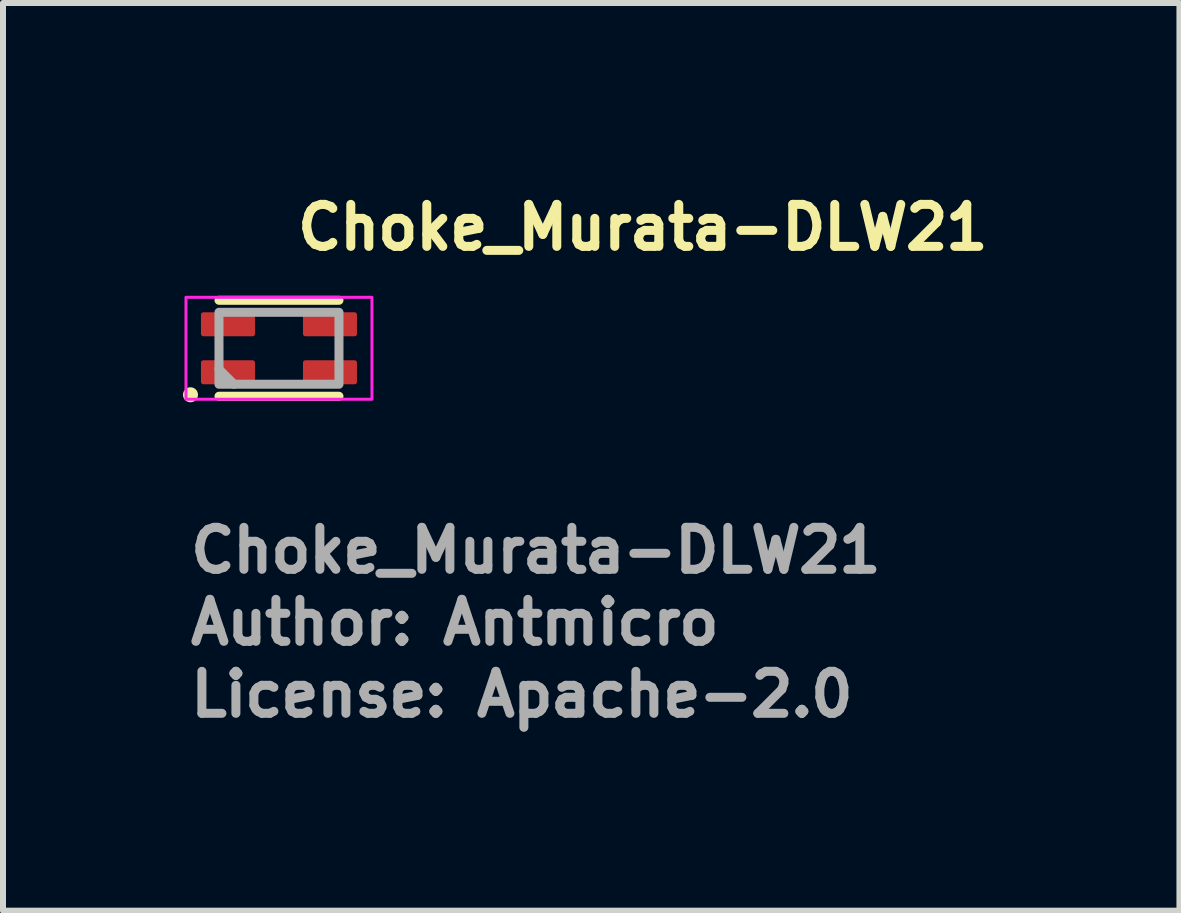
<source format=kicad_pcb>
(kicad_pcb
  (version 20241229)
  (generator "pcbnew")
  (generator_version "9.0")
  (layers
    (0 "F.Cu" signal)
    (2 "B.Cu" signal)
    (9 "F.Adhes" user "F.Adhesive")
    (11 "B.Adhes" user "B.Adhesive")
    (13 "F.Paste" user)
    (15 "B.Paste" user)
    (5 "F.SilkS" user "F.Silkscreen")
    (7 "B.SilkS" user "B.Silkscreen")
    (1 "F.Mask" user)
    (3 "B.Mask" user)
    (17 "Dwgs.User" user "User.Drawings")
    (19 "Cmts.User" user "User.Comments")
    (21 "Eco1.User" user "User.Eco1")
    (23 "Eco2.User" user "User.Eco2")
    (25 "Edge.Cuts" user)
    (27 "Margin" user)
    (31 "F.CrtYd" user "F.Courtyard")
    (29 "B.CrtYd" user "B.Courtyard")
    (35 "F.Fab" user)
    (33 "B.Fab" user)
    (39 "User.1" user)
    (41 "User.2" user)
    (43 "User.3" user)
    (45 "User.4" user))
  (footprint "Choke_Murata-DLW21"
    (layer "F.Cu")
    (at 1.6 2.755)
    (property "Reference" "Choke_Murata-DLW21" (at 0.232 -1.605 0) (layer "F.SilkS") (effects (font (size 0.7 0.7) (thickness 0.15)) (justify left bottom)))
    (attr smd)
    (fp_line (start -1 -0.8) (end 1 -0.8) (stroke (width 0.15) (type solid)) (layer "F.SilkS"))
    (fp_line (start 1 0.8) (end -1 0.8) (stroke (width 0.15) (type solid)) (layer "F.SilkS"))
    (fp_circle (center -1.475 0.775) (end -1.425 0.775) (stroke (width 0.15) (type solid)) (fill yes) (layer "F.SilkS"))
    (fp_rect (start -1.55 -0.85) (end 1.55 0.85) (stroke (width 0.05) (type solid)) (fill no) (layer "F.CrtYd"))
    (fp_line (start -1 0.35) (end -0.75 0.6) (stroke (width 0.15) (type solid)) (layer "F.Fab"))
    (fp_rect (start -1 -0.6) (end 1 0.6) (stroke (width 0.15) (type solid)) (fill no) (layer "F.Fab"))
    (fp_rect (start -1 -0.6) (end 1 0.599) (stroke (width 0.1) (type solid)) (fill no) (layer "User.5"))
    (fp_line (start -1 -0.6) (end -1 0.599) (stroke (width 0.02) (type solid)) (layer "User.9"))
    (fp_line (start -1 0.599) (end 1 0.599) (stroke (width 0.02) (type solid)) (layer "User.9"))
    (fp_line (start 1 -0.6) (end -1 -0.6) (stroke (width 0.02) (type solid)) (layer "User.9"))
    (fp_line (start 1 0.599) (end 1 -0.6) (stroke (width 0.02) (type solid)) (layer "User.9"))
    (fp_text user "License: Apache-2.0" (at -1.55 6.178 0) (layer "F.Fab") (effects (font (size 0.7 0.7) (thickness 0.15)) (justify left bottom)))
    (fp_text user "${REFERENCE}" (at -1.55 3.778 0) (layer "F.Fab") (effects (font (size 0.7 0.7) (thickness 0.15)) (justify left bottom)))
    (fp_text user "Author: Antmicro" (at -1.55 4.978 0) (layer "F.Fab") (effects (font (size 0.7 0.7) (thickness 0.15)) (justify left bottom)))
    (pad "1" smd roundrect (at -0.85 0.4) (size 0.9 0.4) (layers "F.Cu" "F.Mask" "F.Paste") (roundrect_rratio 0.1))
    (pad "2" smd roundrect (at 0.85 0.4) (size 0.9 0.4) (layers "F.Cu" "F.Mask" "F.Paste") (roundrect_rratio 0.1))
    (pad "3" smd roundrect (at 0.85 -0.4) (size 0.9 0.4) (layers "F.Cu" "F.Mask" "F.Paste") (roundrect_rratio 0.1))
    (pad "4" smd roundrect (at -0.85 -0.4) (size 0.9 0.4) (layers "F.Cu" "F.Mask" "F.Paste") (roundrect_rratio 0.1)))
  (gr_rect
    (start -3 -3)
    (end 16.609 12.129)
    (stroke (width 0.1) (type default))
    (fill no)
    (layer "Edge.Cuts")))
</source>
